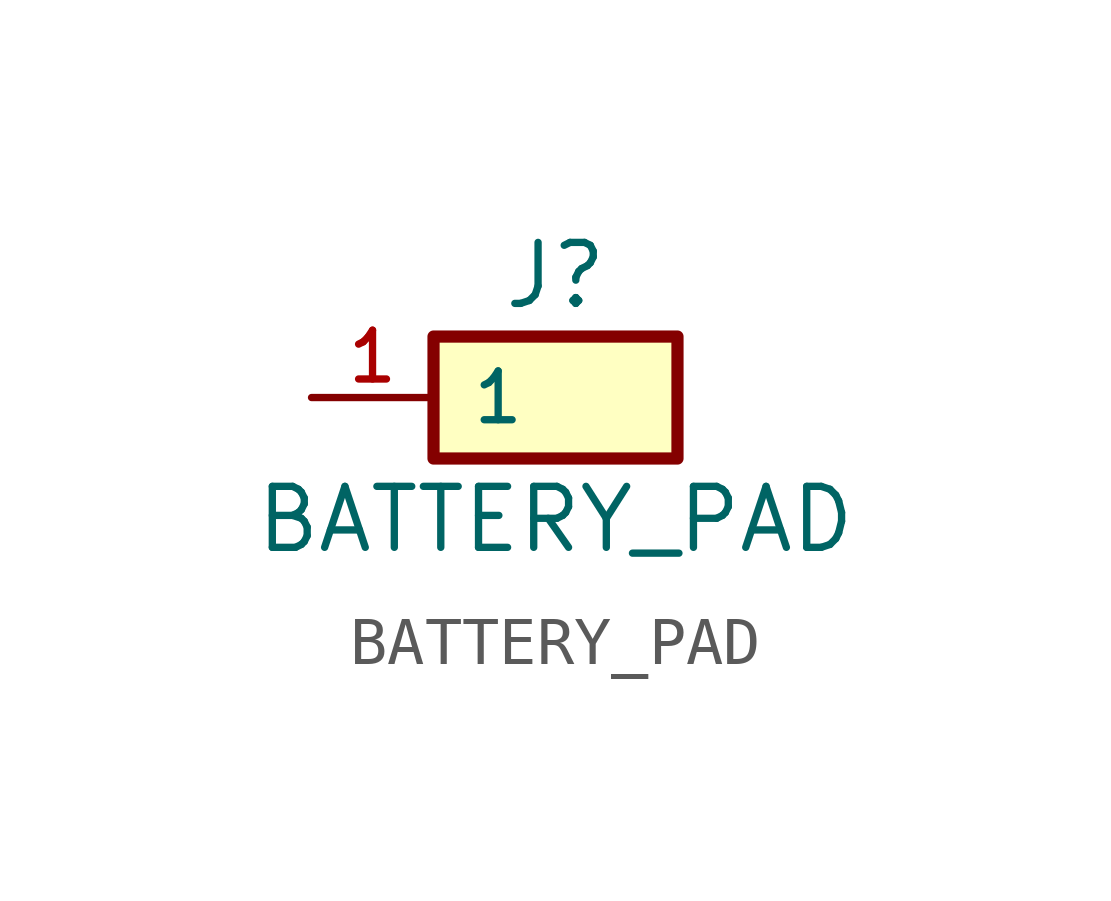
<source format=kicad_sym>
(kicad_symbol_lib
  (version 20240108)
  (generator "custom")
  (symbol "BATTERY_PAD"
    (pin_names
      (offset 0.762))
    (property "Reference" "J"
      (at 0 2.54 0)
      (effects (font (size 1.27 1.27))))
    (property "Value" "BATTERY_PAD"
      (at 0 -2.54 0)
      (effects (font (size 1.27 1.27))))
    (symbol "BATTERY_PAD_0_1"
      (rectangle (start -2.54 1.27) (end 2.54 -1.27) (stroke (width 0.254) (type default)) (fill (type background))))
    (symbol "BATTERY_PAD_1_1"
      (pin passive line (at -5.08 0 0) (length 2.54) (name "1" (effects (font (size 1.016 1.016)))) (number "1" (effects (font (size 1.016 1.016))))))))
</source>
